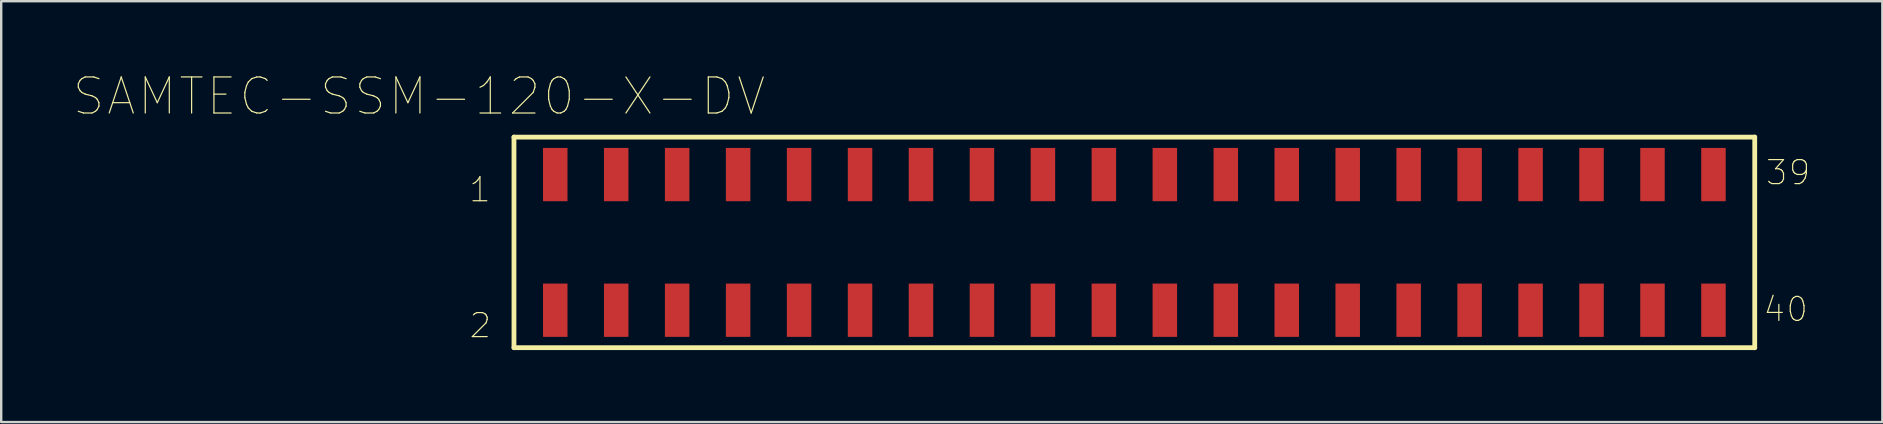
<source format=kicad_pcb>
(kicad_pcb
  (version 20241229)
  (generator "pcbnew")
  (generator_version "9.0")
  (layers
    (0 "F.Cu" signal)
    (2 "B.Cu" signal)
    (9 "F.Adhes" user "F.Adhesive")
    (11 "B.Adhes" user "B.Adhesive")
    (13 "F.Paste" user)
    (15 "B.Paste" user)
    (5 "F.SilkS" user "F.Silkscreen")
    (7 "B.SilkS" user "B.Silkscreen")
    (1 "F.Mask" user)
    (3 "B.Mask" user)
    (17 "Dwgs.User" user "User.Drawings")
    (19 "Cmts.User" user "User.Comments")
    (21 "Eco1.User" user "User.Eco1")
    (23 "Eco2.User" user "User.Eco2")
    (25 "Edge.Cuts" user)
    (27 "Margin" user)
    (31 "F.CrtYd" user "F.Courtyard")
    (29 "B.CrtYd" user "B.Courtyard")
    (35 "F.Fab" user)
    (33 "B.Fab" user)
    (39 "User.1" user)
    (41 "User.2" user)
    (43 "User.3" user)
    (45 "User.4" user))
  (footprint "SAMTEC-SSM-120-X-DV"
    (layer "F.Cu")
    (at 44.216 7.05)
    (property "Reference" "SAMTEC-SSM-120-X-DV" (at -29.805 -6.084 0) (layer "F.SilkS") (effects (font (size 1.502 1.502) (thickness 0.05))))
    (attr smd)
    (fp_poly (pts (xy -24.727 1.665) (xy -23.569 1.665) (xy -23.569 3.993) (xy -24.727 3.993)) (stroke (width 0) (type solid)) (fill yes) (layer "F.Mask"))
    (fp_poly (pts (xy -24.703 -3.987) (xy -23.569 -3.987) (xy -23.569 -1.666) (xy -24.703 -1.666)) (stroke (width 0) (type solid)) (fill yes) (layer "F.Mask"))
    (fp_poly (pts (xy -22.185 -3.987) (xy -21.029 -3.987) (xy -21.029 -1.668) (xy -22.185 -1.668)) (stroke (width 0) (type solid)) (fill yes) (layer "F.Mask"))
    (fp_poly (pts (xy -22.179 1.665) (xy -21.029 1.665) (xy -21.029 3.992) (xy -22.179 3.992)) (stroke (width 0) (type solid)) (fill yes) (layer "F.Mask"))
    (fp_poly (pts (xy -19.645 -3.987) (xy -18.489 -3.987) (xy -18.489 -1.668) (xy -19.645 -1.668)) (stroke (width 0) (type solid)) (fill yes) (layer "F.Mask"))
    (fp_poly (pts (xy -19.645 1.665) (xy -18.489 1.665) (xy -18.489 3.994) (xy -19.645 3.994)) (stroke (width 0) (type solid)) (fill yes) (layer "F.Mask"))
    (fp_poly (pts (xy -17.098 -3.987) (xy -15.949 -3.987) (xy -15.949 -1.668) (xy -17.098 -1.668)) (stroke (width 0) (type solid)) (fill yes) (layer "F.Mask"))
    (fp_poly (pts (xy -17.089 1.665) (xy -15.949 1.665) (xy -15.949 3.991) (xy -17.089 3.991)) (stroke (width 0) (type solid)) (fill yes) (layer "F.Mask"))
    (fp_poly (pts (xy -14.557 1.665) (xy -13.409 1.665) (xy -13.409 3.994) (xy -14.557 3.994)) (stroke (width 0) (type solid)) (fill yes) (layer "F.Mask"))
    (fp_poly (pts (xy -14.549 -3.987) (xy -13.409 -3.987) (xy -13.409 -1.667) (xy -14.549 -1.667)) (stroke (width 0) (type solid)) (fill yes) (layer "F.Mask"))
    (fp_poly (pts (xy -12.008 1.665) (xy -10.869 1.665) (xy -10.869 3.993) (xy -12.008 3.993)) (stroke (width 0) (type solid)) (fill yes) (layer "F.Mask"))
    (fp_poly (pts (xy -12.006 -3.987) (xy -10.869 -3.987) (xy -10.869 -1.667) (xy -12.006 -1.667)) (stroke (width 0) (type solid)) (fill yes) (layer "F.Mask"))
    (fp_poly (pts (xy -9.457 -3.987) (xy -8.329 -3.987) (xy -8.329 -1.666) (xy -9.457 -1.666)) (stroke (width 0) (type solid)) (fill yes) (layer "F.Mask"))
    (fp_poly (pts (xy -9.456 1.665) (xy -8.329 1.665) (xy -8.329 3.989) (xy -9.456 3.989)) (stroke (width 0) (type solid)) (fill yes) (layer "F.Mask"))
    (fp_poly (pts (xy -6.917 -3.987) (xy -5.789 -3.987) (xy -5.789 -1.666) (xy -6.917 -1.666)) (stroke (width 0) (type solid)) (fill yes) (layer "F.Mask"))
    (fp_poly (pts (xy -6.916 1.665) (xy -5.789 1.665) (xy -5.789 3.99) (xy -6.916 3.99)) (stroke (width 0) (type solid)) (fill yes) (layer "F.Mask"))
    (fp_poly (pts (xy -4.376 1.665) (xy -3.249 1.665) (xy -3.249 3.992) (xy -4.376 3.992)) (stroke (width 0) (type solid)) (fill yes) (layer "F.Mask"))
    (fp_poly (pts (xy -4.371 -3.987) (xy -3.249 -3.987) (xy -3.249 -1.665) (xy -4.371 -1.665)) (stroke (width 0) (type solid)) (fill yes) (layer "F.Mask"))
    (fp_poly (pts (xy -1.833 1.665) (xy -0.709 1.665) (xy -0.709 3.991) (xy -1.833 3.991)) (stroke (width 0) (type solid)) (fill yes) (layer "F.Mask"))
    (fp_poly (pts (xy -1.832 -3.987) (xy -0.709 -3.987) (xy -0.709 -1.666) (xy -1.832 -1.666)) (stroke (width 0) (type solid)) (fill yes) (layer "F.Mask"))
    (fp_poly (pts (xy 0.709 -3.987) (xy 1.831 -3.987) (xy 1.831 -1.666) (xy 0.709 -1.666)) (stroke (width 0) (type solid)) (fill yes) (layer "F.Mask"))
    (fp_poly (pts (xy 0.71 1.665) (xy 1.831 1.665) (xy 1.831 3.991) (xy 0.71 3.991)) (stroke (width 0) (type solid)) (fill yes) (layer "F.Mask"))
    (fp_poly (pts (xy 3.25 1.665) (xy 4.371 1.665) (xy 4.371 3.988) (xy 3.25 3.988)) (stroke (width 0) (type solid)) (fill yes) (layer "F.Mask"))
    (fp_poly (pts (xy 3.251 -3.987) (xy 4.371 -3.987) (xy 4.371 -1.666) (xy 3.251 -1.666)) (stroke (width 0) (type solid)) (fill yes) (layer "F.Mask"))
    (fp_poly (pts (xy 5.794 1.665) (xy 6.911 1.665) (xy 6.911 3.99) (xy 5.794 3.99)) (stroke (width 0) (type solid)) (fill yes) (layer "F.Mask"))
    (fp_poly (pts (xy 5.798 -3.987) (xy 6.911 -3.987) (xy 6.911 -1.668) (xy 5.798 -1.668)) (stroke (width 0) (type solid)) (fill yes) (layer "F.Mask"))
    (fp_poly (pts (xy 8.334 1.665) (xy 9.451 1.665) (xy 9.451 3.99) (xy 8.334 3.99)) (stroke (width 0) (type solid)) (fill yes) (layer "F.Mask"))
    (fp_poly (pts (xy 8.338 -3.987) (xy 9.451 -3.987) (xy 9.451 -1.667) (xy 8.338 -1.667)) (stroke (width 0) (type solid)) (fill yes) (layer "F.Mask"))
    (fp_poly (pts (xy 10.872 1.665) (xy 11.991 1.665) (xy 11.991 3.988) (xy 10.872 3.988)) (stroke (width 0) (type solid)) (fill yes) (layer "F.Mask"))
    (fp_poly (pts (xy 10.876 -3.987) (xy 11.991 -3.987) (xy 11.991 -1.666) (xy 10.876 -1.666)) (stroke (width 0) (type solid)) (fill yes) (layer "F.Mask"))
    (fp_poly (pts (xy 13.412 -3.987) (xy 14.531 -3.987) (xy 14.531 -1.665) (xy 13.412 -1.665)) (stroke (width 0) (type solid)) (fill yes) (layer "F.Mask"))
    (fp_poly (pts (xy 13.413 1.665) (xy 14.531 1.665) (xy 14.531 3.988) (xy 13.413 3.988)) (stroke (width 0) (type solid)) (fill yes) (layer "F.Mask"))
    (fp_poly (pts (xy 15.965 1.665) (xy 17.071 1.665) (xy 17.071 3.991) (xy 15.965 3.991)) (stroke (width 0) (type solid)) (fill yes) (layer "F.Mask"))
    (fp_poly (pts (xy 15.971 -3.987) (xy 17.071 -3.987) (xy 17.071 -1.667) (xy 15.971 -1.667)) (stroke (width 0) (type solid)) (fill yes) (layer "F.Mask"))
    (fp_poly (pts (xy 18.491 -3.987) (xy 19.611 -3.987) (xy 19.611 -1.665) (xy 18.491 -1.665)) (stroke (width 0) (type solid)) (fill yes) (layer "F.Mask"))
    (fp_poly (pts (xy 18.517 1.665) (xy 19.611 1.665) (xy 19.611 3.993) (xy 18.517 3.993)) (stroke (width 0) (type solid)) (fill yes) (layer "F.Mask"))
    (fp_poly (pts (xy 21.042 1.665) (xy 22.151 1.665) (xy 22.151 3.99) (xy 21.042 3.99)) (stroke (width 0) (type solid)) (fill yes) (layer "F.Mask"))
    (fp_poly (pts (xy 21.05 -3.987) (xy 22.151 -3.987) (xy 22.151 -1.667) (xy 21.05 -1.667)) (stroke (width 0) (type solid)) (fill yes) (layer "F.Mask"))
    (fp_poly (pts (xy 23.585 1.665) (xy 24.691 1.665) (xy 24.691 3.99) (xy 23.585 3.99)) (stroke (width 0) (type solid)) (fill yes) (layer "F.Mask"))
    (fp_poly (pts (xy 23.595 -3.987) (xy 24.691 -3.987) (xy 24.691 -1.667) (xy 23.595 -1.667)) (stroke (width 0) (type solid)) (fill yes) (layer "F.Mask"))
    (fp_line (start -25.85 -4.387) (end -25.85 4.387) (stroke (width 0.2) (type solid)) (layer "F.SilkS"))
    (fp_line (start -25.85 4.387) (end 25.85 4.387) (stroke (width 0.2) (type solid)) (layer "F.SilkS"))
    (fp_line (start 25.85 -4.387) (end -25.85 -4.387) (stroke (width 0.2) (type solid)) (layer "F.SilkS"))
    (fp_line (start 25.85 4.387) (end 25.85 -4.387) (stroke (width 0.2) (type solid)) (layer "F.SilkS"))
    (fp_poly (pts (xy -24.684 1.716) (xy -23.62 1.716) (xy -23.62 3.943) (xy -24.684 3.943)) (stroke (width 0) (type solid)) (fill yes) (layer "F.Paste"))
    (fp_poly (pts (xy -24.653 -3.936) (xy -23.62 -3.936) (xy -23.62 -1.717) (xy -24.653 -1.717)) (stroke (width 0) (type solid)) (fill yes) (layer "F.Paste"))
    (fp_poly (pts (xy -22.125 -3.936) (xy -21.08 -3.936) (xy -21.08 -1.718) (xy -22.125 -1.718)) (stroke (width 0) (type solid)) (fill yes) (layer "F.Paste"))
    (fp_poly (pts (xy -22.115 1.716) (xy -21.08 1.716) (xy -21.08 3.939) (xy -22.115 3.939)) (stroke (width 0) (type solid)) (fill yes) (layer "F.Paste"))
    (fp_poly (pts (xy -19.566 -3.936) (xy -18.54 -3.936) (xy -18.54 -1.716) (xy -19.566 -1.716)) (stroke (width 0) (type solid)) (fill yes) (layer "F.Paste"))
    (fp_poly (pts (xy -19.564 1.716) (xy -18.54 1.716) (xy -18.54 3.937) (xy -19.564 3.937)) (stroke (width 0) (type solid)) (fill yes) (layer "F.Paste"))
    (fp_poly (pts (xy -17.044 -3.936) (xy -16 -3.936) (xy -16 -1.718) (xy -17.044 -1.718)) (stroke (width 0) (type solid)) (fill yes) (layer "F.Paste"))
    (fp_poly (pts (xy -17.028 1.716) (xy -16 1.716) (xy -16 3.938) (xy -17.028 3.938)) (stroke (width 0) (type solid)) (fill yes) (layer "F.Paste"))
    (fp_poly (pts (xy -14.499 1.716) (xy -13.46 1.716) (xy -13.46 3.941) (xy -14.499 3.941)) (stroke (width 0) (type solid)) (fill yes) (layer "F.Paste"))
    (fp_poly (pts (xy -14.482 -3.936) (xy -13.46 -3.936) (xy -13.46 -1.716) (xy -14.482 -1.716)) (stroke (width 0) (type solid)) (fill yes) (layer "F.Paste"))
    (fp_poly (pts (xy -11.943 1.716) (xy -10.92 1.716) (xy -10.92 3.937) (xy -11.943 3.937)) (stroke (width 0) (type solid)) (fill yes) (layer "F.Paste"))
    (fp_poly (pts (xy -11.941 -3.936) (xy -10.92 -3.936) (xy -10.92 -1.716) (xy -11.941 -1.716)) (stroke (width 0) (type solid)) (fill yes) (layer "F.Paste"))
    (fp_poly (pts (xy -9.414 -3.936) (xy -8.38 -3.936) (xy -8.38 -1.719) (xy -9.414 -1.719)) (stroke (width 0) (type solid)) (fill yes) (layer "F.Paste"))
    (fp_poly (pts (xy -9.4 1.716) (xy -8.38 1.716) (xy -8.38 3.936) (xy -9.4 3.936)) (stroke (width 0) (type solid)) (fill yes) (layer "F.Paste"))
    (fp_poly (pts (xy -6.869 -3.936) (xy -5.84 -3.936) (xy -5.84 -1.718) (xy -6.869 -1.718)) (stroke (width 0) (type solid)) (fill yes) (layer "F.Paste"))
    (fp_poly (pts (xy -6.862 1.716) (xy -5.84 1.716) (xy -5.84 3.937) (xy -6.862 3.937)) (stroke (width 0) (type solid)) (fill yes) (layer "F.Paste"))
    (fp_poly (pts (xy -4.325 -3.936) (xy -3.3 -3.936) (xy -3.3 -1.718) (xy -4.325 -1.718)) (stroke (width 0) (type solid)) (fill yes) (layer "F.Paste"))
    (fp_poly (pts (xy -4.324 1.716) (xy -3.3 1.716) (xy -3.3 3.94) (xy -4.324 3.94)) (stroke (width 0) (type solid)) (fill yes) (layer "F.Paste"))
    (fp_poly (pts (xy -1.783 -3.936) (xy -0.76 -3.936) (xy -0.76 -1.719) (xy -1.783 -1.719)) (stroke (width 0) (type solid)) (fill yes) (layer "F.Paste"))
    (fp_poly (pts (xy -1.782 1.716) (xy -0.76 1.716) (xy -0.76 3.941) (xy -1.782 3.941)) (stroke (width 0) (type solid)) (fill yes) (layer "F.Paste"))
    (fp_poly (pts (xy 0.761 1.716) (xy 1.78 1.716) (xy 1.78 3.94) (xy 0.761 3.94)) (stroke (width 0) (type solid)) (fill yes) (layer "F.Paste"))
    (fp_poly (pts (xy 0.761 -3.936) (xy 1.78 -3.936) (xy 1.78 -1.719) (xy 0.761 -1.719)) (stroke (width 0) (type solid)) (fill yes) (layer "F.Paste"))
    (fp_poly (pts (xy 3.305 1.716) (xy 4.32 1.716) (xy 4.32 3.942) (xy 3.305 3.942)) (stroke (width 0) (type solid)) (fill yes) (layer "F.Paste"))
    (fp_poly (pts (xy 3.306 -3.936) (xy 4.32 -3.936) (xy 4.32 -1.719) (xy 3.306 -1.719)) (stroke (width 0) (type solid)) (fill yes) (layer "F.Paste"))
    (fp_poly (pts (xy 5.842 -3.936) (xy 6.86 -3.936) (xy 6.86 -1.717) (xy 5.842 -1.717)) (stroke (width 0) (type solid)) (fill yes) (layer "F.Paste"))
    (fp_poly (pts (xy 5.844 1.716) (xy 6.86 1.716) (xy 6.86 3.939) (xy 5.844 3.939)) (stroke (width 0) (type solid)) (fill yes) (layer "F.Paste"))
    (fp_poly (pts (xy 8.384 1.716) (xy 9.4 1.716) (xy 9.4 3.938) (xy 8.384 3.938)) (stroke (width 0) (type solid)) (fill yes) (layer "F.Paste"))
    (fp_poly (pts (xy 8.384 -3.936) (xy 9.4 -3.936) (xy 9.4 -1.717) (xy 8.384 -1.717)) (stroke (width 0) (type solid)) (fill yes) (layer "F.Paste"))
    (fp_poly (pts (xy 10.933 -3.936) (xy 11.94 -3.936) (xy 11.94 -1.718) (xy 10.933 -1.718)) (stroke (width 0) (type solid)) (fill yes) (layer "F.Paste"))
    (fp_poly (pts (xy 10.941 1.716) (xy 11.94 1.716) (xy 11.94 3.943) (xy 10.941 3.943)) (stroke (width 0) (type solid)) (fill yes) (layer "F.Paste"))
    (fp_poly (pts (xy 13.465 -3.936) (xy 14.48 -3.936) (xy 14.48 -1.717) (xy 13.465 -1.717)) (stroke (width 0) (type solid)) (fill yes) (layer "F.Paste"))
    (fp_poly (pts (xy 13.485 1.716) (xy 14.48 1.716) (xy 14.48 3.943) (xy 13.485 3.943)) (stroke (width 0) (type solid)) (fill yes) (layer "F.Paste"))
    (fp_poly (pts (xy 16.008 -3.936) (xy 17.02 -3.936) (xy 17.02 -1.717) (xy 16.008 -1.717)) (stroke (width 0) (type solid)) (fill yes) (layer "F.Paste"))
    (fp_poly (pts (xy 16.014 1.716) (xy 17.02 1.716) (xy 17.02 3.939) (xy 16.014 3.939)) (stroke (width 0) (type solid)) (fill yes) (layer "F.Paste"))
    (fp_poly (pts (xy 18.565 1.716) (xy 19.56 1.716) (xy 19.56 3.941) (xy 18.565 3.941)) (stroke (width 0) (type solid)) (fill yes) (layer "F.Paste"))
    (fp_poly (pts (xy 18.567 -3.936) (xy 19.56 -3.936) (xy 19.56 -1.718) (xy 18.567 -1.718)) (stroke (width 0) (type solid)) (fill yes) (layer "F.Paste"))
    (fp_poly (pts (xy 21.089 -3.936) (xy 22.1 -3.936) (xy 22.1 -1.717) (xy 21.089 -1.717)) (stroke (width 0) (type solid)) (fill yes) (layer "F.Paste"))
    (fp_poly (pts (xy 21.115 1.716) (xy 22.1 1.716) (xy 22.1 3.943) (xy 21.115 3.943)) (stroke (width 0) (type solid)) (fill yes) (layer "F.Paste"))
    (fp_poly (pts (xy 23.624 -3.936) (xy 24.64 -3.936) (xy 24.64 -1.716) (xy 23.624 -1.716)) (stroke (width 0) (type solid)) (fill yes) (layer "F.Paste"))
    (fp_poly (pts (xy 23.652 1.716) (xy 24.64 1.716) (xy 24.64 3.941) (xy 23.652 3.941)) (stroke (width 0) (type solid)) (fill yes) (layer "F.Paste"))
    (fp_text user "39" (at 27.24 -2.91 0) (layer "F.SilkS") (effects (font (size 1 1) (thickness 0.05))))
    (fp_text user "40" (at 27.14 2.79 0) (layer "F.SilkS") (effects (font (size 1 1) (thickness 0.05))))
    (fp_text user "1" (at -27.268 -2.195 0) (layer "F.SilkS") (effects (font (size 1 1) (thickness 0.05))))
    (fp_text user "2" (at -27.253 3.465 0) (layer "F.SilkS") (effects (font (size 1 1) (thickness 0.05))))
    (pad "1" smd rect (at -24.13 -2.826) (size 1.02 2.22) (layers "F.Cu" "F.Mask" "F.Paste"))
    (pad "2" smd rect (at -24.13 2.826) (size 1.02 2.22) (layers "F.Cu" "F.Mask" "F.Paste"))
    (pad "3" smd rect (at -21.59 -2.826) (size 1.02 2.22) (layers "F.Cu" "F.Mask" "F.Paste"))
    (pad "4" smd rect (at -21.59 2.826) (size 1.02 2.22) (layers "F.Cu" "F.Mask" "F.Paste"))
    (pad "5" smd rect (at -19.05 -2.826) (size 1.02 2.22) (layers "F.Cu" "F.Mask" "F.Paste"))
    (pad "6" smd rect (at -19.05 2.826) (size 1.02 2.22) (layers "F.Cu" "F.Mask" "F.Paste"))
    (pad "7" smd rect (at -16.51 -2.826) (size 1.02 2.22) (layers "F.Cu" "F.Mask" "F.Paste"))
    (pad "8" smd rect (at -16.51 2.826) (size 1.02 2.22) (layers "F.Cu" "F.Mask" "F.Paste"))
    (pad "9" smd rect (at -13.97 -2.826) (size 1.02 2.22) (layers "F.Cu" "F.Mask" "F.Paste"))
    (pad "10" smd rect (at -13.97 2.826) (size 1.02 2.22) (layers "F.Cu" "F.Mask" "F.Paste"))
    (pad "11" smd rect (at -11.43 -2.826) (size 1.02 2.22) (layers "F.Cu" "F.Mask" "F.Paste"))
    (pad "12" smd rect (at -11.43 2.826) (size 1.02 2.22) (layers "F.Cu" "F.Mask" "F.Paste"))
    (pad "13" smd rect (at -8.89 -2.826) (size 1.02 2.22) (layers "F.Cu" "F.Mask" "F.Paste"))
    (pad "14" smd rect (at -8.89 2.826) (size 1.02 2.22) (layers "F.Cu" "F.Mask" "F.Paste"))
    (pad "15" smd rect (at -6.35 -2.826) (size 1.02 2.22) (layers "F.Cu" "F.Mask" "F.Paste"))
    (pad "16" smd rect (at -6.35 2.826) (size 1.02 2.22) (layers "F.Cu" "F.Mask" "F.Paste"))
    (pad "17" smd rect (at -3.81 -2.826) (size 1.02 2.22) (layers "F.Cu" "F.Mask" "F.Paste"))
    (pad "18" smd rect (at -3.81 2.826) (size 1.02 2.22) (layers "F.Cu" "F.Mask" "F.Paste"))
    (pad "19" smd rect (at -1.27 -2.826) (size 1.02 2.22) (layers "F.Cu" "F.Mask" "F.Paste"))
    (pad "20" smd rect (at -1.27 2.826) (size 1.02 2.22) (layers "F.Cu" "F.Mask" "F.Paste"))
    (pad "21" smd rect (at 1.27 -2.826) (size 1.02 2.22) (layers "F.Cu" "F.Mask" "F.Paste"))
    (pad "22" smd rect (at 1.27 2.826) (size 1.02 2.22) (layers "F.Cu" "F.Mask" "F.Paste"))
    (pad "23" smd rect (at 3.81 -2.826) (size 1.02 2.22) (layers "F.Cu" "F.Mask" "F.Paste"))
    (pad "24" smd rect (at 3.81 2.826) (size 1.02 2.22) (layers "F.Cu" "F.Mask" "F.Paste"))
    (pad "25" smd rect (at 6.35 -2.826) (size 1.02 2.22) (layers "F.Cu" "F.Mask" "F.Paste"))
    (pad "26" smd rect (at 6.35 2.826) (size 1.02 2.22) (layers "F.Cu" "F.Mask" "F.Paste"))
    (pad "27" smd rect (at 8.89 -2.826) (size 1.02 2.22) (layers "F.Cu" "F.Mask" "F.Paste"))
    (pad "28" smd rect (at 8.89 2.826) (size 1.02 2.22) (layers "F.Cu" "F.Mask" "F.Paste"))
    (pad "29" smd rect (at 11.43 -2.826) (size 1.02 2.22) (layers "F.Cu" "F.Mask" "F.Paste"))
    (pad "30" smd rect (at 11.43 2.826) (size 1.02 2.22) (layers "F.Cu" "F.Mask" "F.Paste"))
    (pad "31" smd rect (at 13.97 -2.826) (size 1.02 2.22) (layers "F.Cu" "F.Mask" "F.Paste"))
    (pad "32" smd rect (at 13.97 2.826) (size 1.02 2.22) (layers "F.Cu" "F.Mask" "F.Paste"))
    (pad "33" smd rect (at 16.51 -2.826) (size 1.02 2.22) (layers "F.Cu" "F.Mask" "F.Paste"))
    (pad "34" smd rect (at 16.51 2.826) (size 1.02 2.22) (layers "F.Cu" "F.Mask" "F.Paste"))
    (pad "35" smd rect (at 19.05 -2.826) (size 1.02 2.22) (layers "F.Cu" "F.Mask" "F.Paste"))
    (pad "36" smd rect (at 19.05 2.826) (size 1.02 2.22) (layers "F.Cu" "F.Mask" "F.Paste"))
    (pad "37" smd rect (at 21.59 -2.826) (size 1.02 2.22) (layers "F.Cu" "F.Mask" "F.Paste"))
    (pad "38" smd rect (at 21.59 2.826) (size 1.02 2.22) (layers "F.Cu" "F.Mask" "F.Paste"))
    (pad "39" smd rect (at 24.13 -2.826) (size 1.02 2.22) (layers "F.Cu" "F.Mask" "F.Paste"))
    (pad "40" smd rect (at 24.13 2.826) (size 1.02 2.22) (layers "F.Cu" "F.Mask" "F.Paste")))
  (gr_rect
    (start -3 -3)
    (end 75.383 14.537)
    (stroke (width 0.1) (type default))
    (fill no)
    (layer "Edge.Cuts")))
</source>
